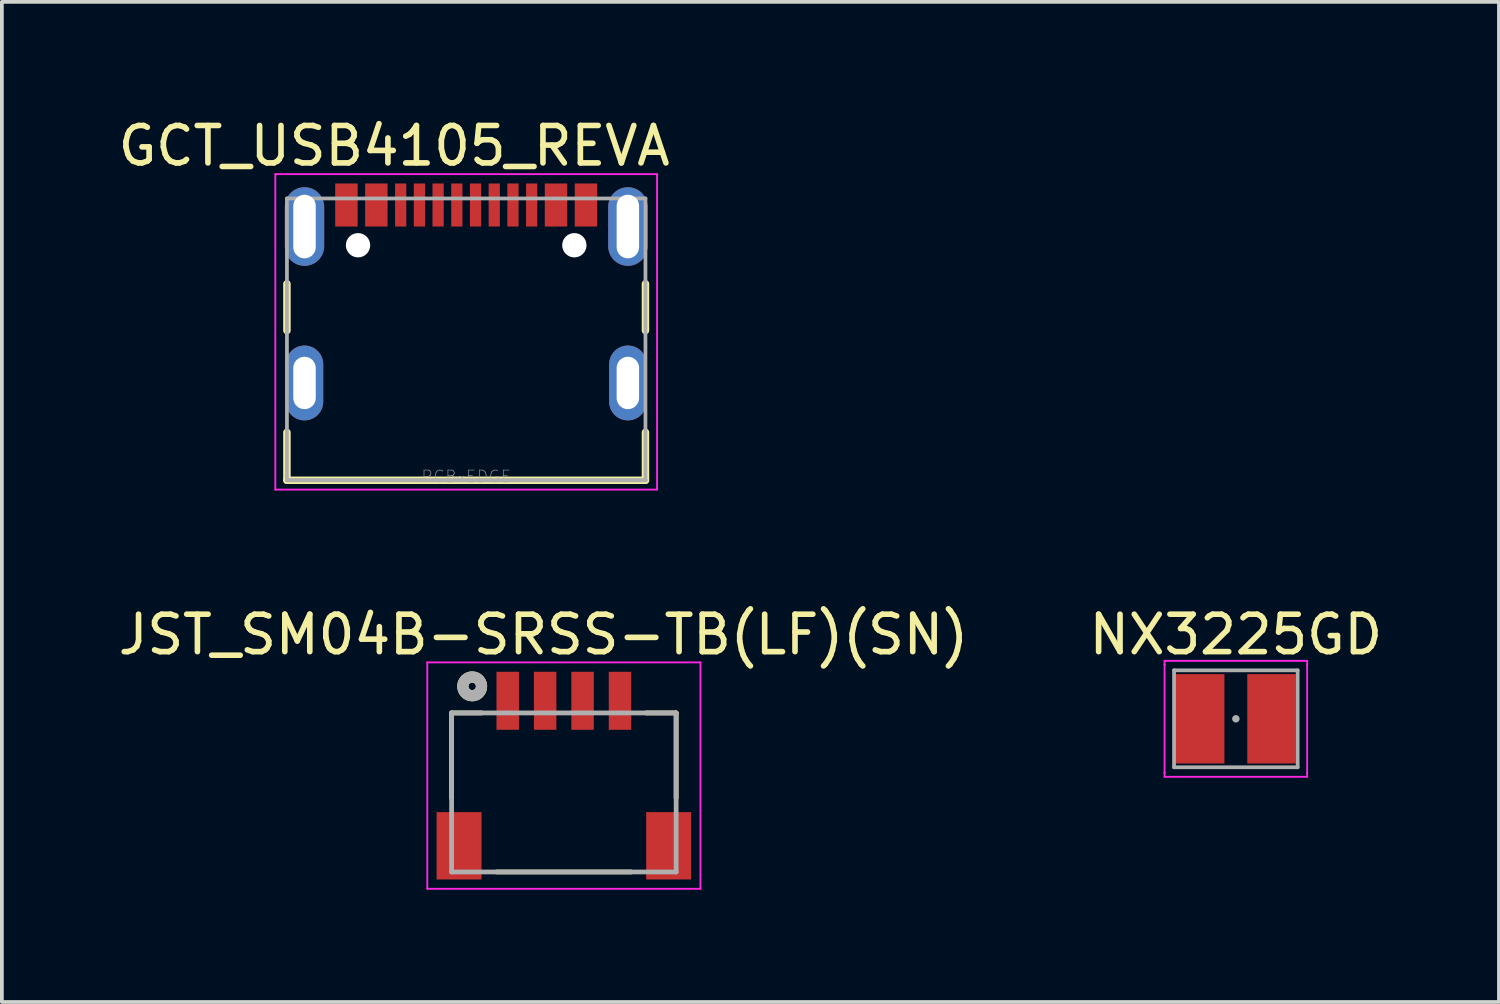
<source format=kicad_pcb>
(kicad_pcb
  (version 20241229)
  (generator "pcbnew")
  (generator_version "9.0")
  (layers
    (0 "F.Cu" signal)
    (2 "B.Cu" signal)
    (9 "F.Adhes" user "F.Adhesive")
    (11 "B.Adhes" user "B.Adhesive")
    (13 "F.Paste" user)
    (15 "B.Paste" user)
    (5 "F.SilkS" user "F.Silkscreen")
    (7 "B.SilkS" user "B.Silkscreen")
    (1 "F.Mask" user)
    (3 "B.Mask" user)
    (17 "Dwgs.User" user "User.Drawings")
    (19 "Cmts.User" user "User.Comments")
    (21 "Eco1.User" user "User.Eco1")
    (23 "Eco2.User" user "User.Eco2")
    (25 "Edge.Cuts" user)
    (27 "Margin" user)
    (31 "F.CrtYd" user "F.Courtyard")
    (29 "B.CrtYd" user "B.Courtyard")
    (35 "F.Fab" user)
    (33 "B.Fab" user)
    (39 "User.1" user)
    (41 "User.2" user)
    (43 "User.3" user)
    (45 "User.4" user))
  (footprint "NX3225GD"
    (layer "F.Cu")
    (at 29.973 16.157)
    (property "Reference" "NX3225GD" (at 0 -2.25 0) (layer "F.SilkS") (effects (font (size 1 1) (thickness 0.15))))
    (fp_line (start -1.905 -1.549) (end 1.905 -1.549) (stroke (width 0.05) (type solid)) (layer "F.CrtYd"))
    (fp_line (start -1.905 -1.448) (end -1.905 -1.549) (stroke (width 0.05) (type solid)) (layer "F.CrtYd"))
    (fp_line (start -1.905 -1.448) (end -1.905 -1.448) (stroke (width 0.05) (type solid)) (layer "F.CrtYd"))
    (fp_line (start -1.905 1.448) (end -1.905 -1.448) (stroke (width 0.05) (type solid)) (layer "F.CrtYd"))
    (fp_line (start -1.905 1.448) (end -1.905 1.448) (stroke (width 0.05) (type solid)) (layer "F.CrtYd"))
    (fp_line (start -1.905 1.549) (end -1.905 1.448) (stroke (width 0.05) (type solid)) (layer "F.CrtYd"))
    (fp_line (start 1.905 -1.549) (end 1.905 -1.448) (stroke (width 0.05) (type solid)) (layer "F.CrtYd"))
    (fp_line (start 1.905 -1.448) (end 1.905 -1.448) (stroke (width 0.05) (type solid)) (layer "F.CrtYd"))
    (fp_line (start 1.905 -1.448) (end 1.905 1.448) (stroke (width 0.05) (type solid)) (layer "F.CrtYd"))
    (fp_line (start 1.905 1.448) (end 1.905 1.448) (stroke (width 0.05) (type solid)) (layer "F.CrtYd"))
    (fp_line (start 1.905 1.448) (end 1.905 1.549) (stroke (width 0.05) (type solid)) (layer "F.CrtYd"))
    (fp_line (start 1.905 1.549) (end -1.905 1.549) (stroke (width 0.05) (type solid)) (layer "F.CrtYd"))
    (fp_line (start -1.651 -1.295) (end -1.651 1.295) (stroke (width 0.1) (type solid)) (layer "F.Fab"))
    (fp_line (start -1.651 1.295) (end 1.651 1.295) (stroke (width 0.1) (type solid)) (layer "F.Fab"))
    (fp_line (start 1.651 -1.295) (end -1.651 -1.295) (stroke (width 0.1) (type solid)) (layer "F.Fab"))
    (fp_line (start 1.651 1.295) (end 1.651 -1.295) (stroke (width 0.1) (type solid)) (layer "F.Fab"))
    (fp_circle (center 0 0) (end 0 0) (stroke (width 0.1) (type solid)) (fill no) (layer "F.Fab"))
    (pad "1" smd rect (at -0.953 0) (size 1.295 2.388) (layers "F.Cu" "F.Mask" "F.Paste"))
    (pad "2" smd rect (at 0.953 0) (size 1.295 2.388) (layers "F.Cu" "F.Mask" "F.Paste")))
  (footprint "JST_SM04B-SRSS-TB(LF)(SN)"
    (layer "F.Cu")
    (at 12.017 15.675)
    (property "Reference" "JST_SM04B-SRSS-TB(LF)(SN)" (at -0.545 -1.768 0) (layer "F.SilkS") (effects (font (size 1.001 1.001) (thickness 0.15))))
    (attr through_hole)
    (fp_line (start -3 0.325) (end -3 2.6) (stroke (width 0.127) (type solid)) (layer "F.SilkS"))
    (fp_line (start -2.2 0.325) (end -3 0.325) (stroke (width 0.127) (type solid)) (layer "F.SilkS"))
    (fp_line (start -1.8 4.575) (end 1.8 4.575) (stroke (width 0.127) (type solid)) (layer "F.SilkS"))
    (fp_line (start 2.2 0.325) (end 3 0.325) (stroke (width 0.127) (type solid)) (layer "F.SilkS"))
    (fp_line (start 3 0.325) (end 3 2.6) (stroke (width 0.127) (type solid)) (layer "F.SilkS"))
    (fp_circle (center -2.45 -0.385) (end -2.35 -0.385) (stroke (width 0.3) (type solid)) (fill no) (layer "F.SilkS"))
    (fp_line (start -3.65 -1.025) (end 3.65 -1.025) (stroke (width 0.05) (type solid)) (layer "F.CrtYd"))
    (fp_line (start -3.65 5.025) (end -3.65 -1.025) (stroke (width 0.05) (type solid)) (layer "F.CrtYd"))
    (fp_line (start 3.65 -1.025) (end 3.65 5.025) (stroke (width 0.05) (type solid)) (layer "F.CrtYd"))
    (fp_line (start 3.65 5.025) (end -3.65 5.025) (stroke (width 0.05) (type solid)) (layer "F.CrtYd"))
    (fp_line (start -3 0.325) (end 3 0.325) (stroke (width 0.127) (type solid)) (layer "F.Fab"))
    (fp_line (start -3 4.575) (end -3 0.325) (stroke (width 0.127) (type solid)) (layer "F.Fab"))
    (fp_line (start 3 0.325) (end 3 4.575) (stroke (width 0.127) (type solid)) (layer "F.Fab"))
    (fp_line (start 3 4.575) (end -3 4.575) (stroke (width 0.127) (type solid)) (layer "F.Fab"))
    (fp_circle (center -2.45 -0.385) (end -2.35 -0.385) (stroke (width 0.3) (type solid)) (fill no) (layer "F.Fab"))
    (pad "1" smd rect (at -1.5 0) (size 0.6 1.55) (layers "F.Cu" "F.Mask" "F.Paste"))
    (pad "2" smd rect (at -0.5 0) (size 0.6 1.55) (layers "F.Cu" "F.Mask" "F.Paste"))
    (pad "3" smd rect (at 0.5 0) (size 0.6 1.55) (layers "F.Cu" "F.Mask" "F.Paste"))
    (pad "4" smd rect (at 1.5 0) (size 0.6 1.55) (layers "F.Cu" "F.Mask" "F.Paste"))
    (pad "S1" smd rect (at -2.8 3.875) (size 1.2 1.8) (layers "F.Cu" "F.Mask" "F.Paste"))
    (pad "S2" smd rect (at 2.8 3.875) (size 1.2 1.8) (layers "F.Cu" "F.Mask" "F.Paste")))
  (footprint "GCT_USB4105_REVA"
    (layer "F.Cu")
    (at 9.407 7.183)
    (property "Reference" "GCT_USB4105_REVA" (at -1.925 -6.335 0) (layer "F.SilkS") (effects (font (size 1 1) (thickness 0.15))))
    (attr through_hole)
    (fp_line (start -4.79 -2.65) (end -4.79 -1.4) (stroke (width 0.2) (type solid)) (layer "F.SilkS"))
    (fp_line (start -4.79 1.32) (end -4.79 2.6) (stroke (width 0.2) (type solid)) (layer "F.SilkS"))
    (fp_line (start -4.79 2.6) (end 4.79 2.6) (stroke (width 0.2) (type solid)) (layer "F.SilkS"))
    (fp_line (start 4.79 -2.65) (end 4.79 -1.4) (stroke (width 0.2) (type solid)) (layer "F.SilkS"))
    (fp_line (start 4.79 2.6) (end 4.79 1.32) (stroke (width 0.2) (type solid)) (layer "F.SilkS"))
    (fp_line (start -5.1 -5.58) (end -5.1 2.85) (stroke (width 0.05) (type solid)) (layer "F.CrtYd"))
    (fp_line (start -5.1 2.85) (end 5.1 2.85) (stroke (width 0.05) (type solid)) (layer "F.CrtYd"))
    (fp_line (start 5.1 -5.58) (end -5.1 -5.58) (stroke (width 0.05) (type solid)) (layer "F.CrtYd"))
    (fp_line (start 5.1 2.85) (end 5.1 -5.58) (stroke (width 0.05) (type solid)) (layer "F.CrtYd"))
    (fp_line (start -4.79 -4.93) (end 4.79 -4.93) (stroke (width 0.1) (type solid)) (layer "F.Fab"))
    (fp_line (start -4.79 2.6) (end -4.79 -4.93) (stroke (width 0.1) (type solid)) (layer "F.Fab"))
    (fp_line (start 4.79 -4.93) (end 4.79 2.6) (stroke (width 0.1) (type solid)) (layer "F.Fab"))
    (fp_line (start 4.79 2.6) (end -4.79 2.6) (stroke (width 0.1) (type solid)) (layer "F.Fab"))
    (fp_line (start 4.8 2.6) (end -4.79 2.6) (stroke (width 0.1) (type solid)) (layer "F.Fab"))
    (fp_text user "PCB~EDGE" (at 0 2.5 0) (layer "F.Fab") (effects (font (size 0.32 0.32) (thickness 0.015))))
    (pad "" np_thru_hole circle (at -2.89 -3.68) (size 0.65 0.65) (drill 0.65) (layers "*.Cu" "*.Mask"))
    (pad "" np_thru_hole circle (at 2.89 -3.68) (size 0.65 0.65) (drill 0.65) (layers "*.Cu" "*.Mask"))
    (pad "A1/B12" smd rect (at -3.2 -4.755) (size 0.6 1.15) (layers "F.Cu" "F.Mask" "F.Paste"))
    (pad "A4/B9" smd rect (at -2.4 -4.755) (size 0.6 1.15) (layers "F.Cu" "F.Mask" "F.Paste"))
    (pad "A5" smd rect (at -1.25 -4.755) (size 0.3 1.15) (layers "F.Cu" "F.Mask" "F.Paste"))
    (pad "A6" smd rect (at -0.25 -4.755) (size 0.3 1.15) (layers "F.Cu" "F.Mask" "F.Paste"))
    (pad "A7" smd rect (at 0.25 -4.755) (size 0.3 1.15) (layers "F.Cu" "F.Mask" "F.Paste"))
    (pad "A8" smd rect (at 1.25 -4.755) (size 0.3 1.15) (layers "F.Cu" "F.Mask" "F.Paste"))
    (pad "B1/A12" smd rect (at 3.2 -4.755) (size 0.6 1.15) (layers "F.Cu" "F.Mask" "F.Paste"))
    (pad "B4/A9" smd rect (at 2.4 -4.755) (size 0.6 1.15) (layers "F.Cu" "F.Mask" "F.Paste"))
    (pad "B5" smd rect (at 1.75 -4.755) (size 0.3 1.15) (layers "F.Cu" "F.Mask" "F.Paste"))
    (pad "B6" smd rect (at 0.75 -4.755) (size 0.3 1.15) (layers "F.Cu" "F.Mask" "F.Paste"))
    (pad "B7" smd rect (at -0.75 -4.755) (size 0.3 1.15) (layers "F.Cu" "F.Mask" "F.Paste"))
    (pad "B8" smd rect (at -1.75 -4.755) (size 0.3 1.15) (layers "F.Cu" "F.Mask" "F.Paste"))
    (pad "G1" thru_hole oval (at -4.32 0) (size 1 2) (drill oval 0.6 1.4) (layers "*.Cu" "*.Mask"))
    (pad "G2" thru_hole oval (at 4.32 0) (size 1 2) (drill oval 0.6 1.4) (layers "*.Cu" "*.Mask"))
    (pad "G3" thru_hole oval (at -4.32 -4.18) (size 1.05 2.1) (drill oval 0.6 1.7) (layers "*.Cu" "*.Mask"))
    (pad "G4" thru_hole oval (at 4.32 -4.18) (size 1.05 2.1) (drill oval 0.6 1.7) (layers "*.Cu" "*.Mask")))
  (gr_rect
    (start -3 -3)
    (end 37.003 23.725)
    (stroke (width 0.1) (type default))
    (fill no)
    (layer "Edge.Cuts")))
</source>
